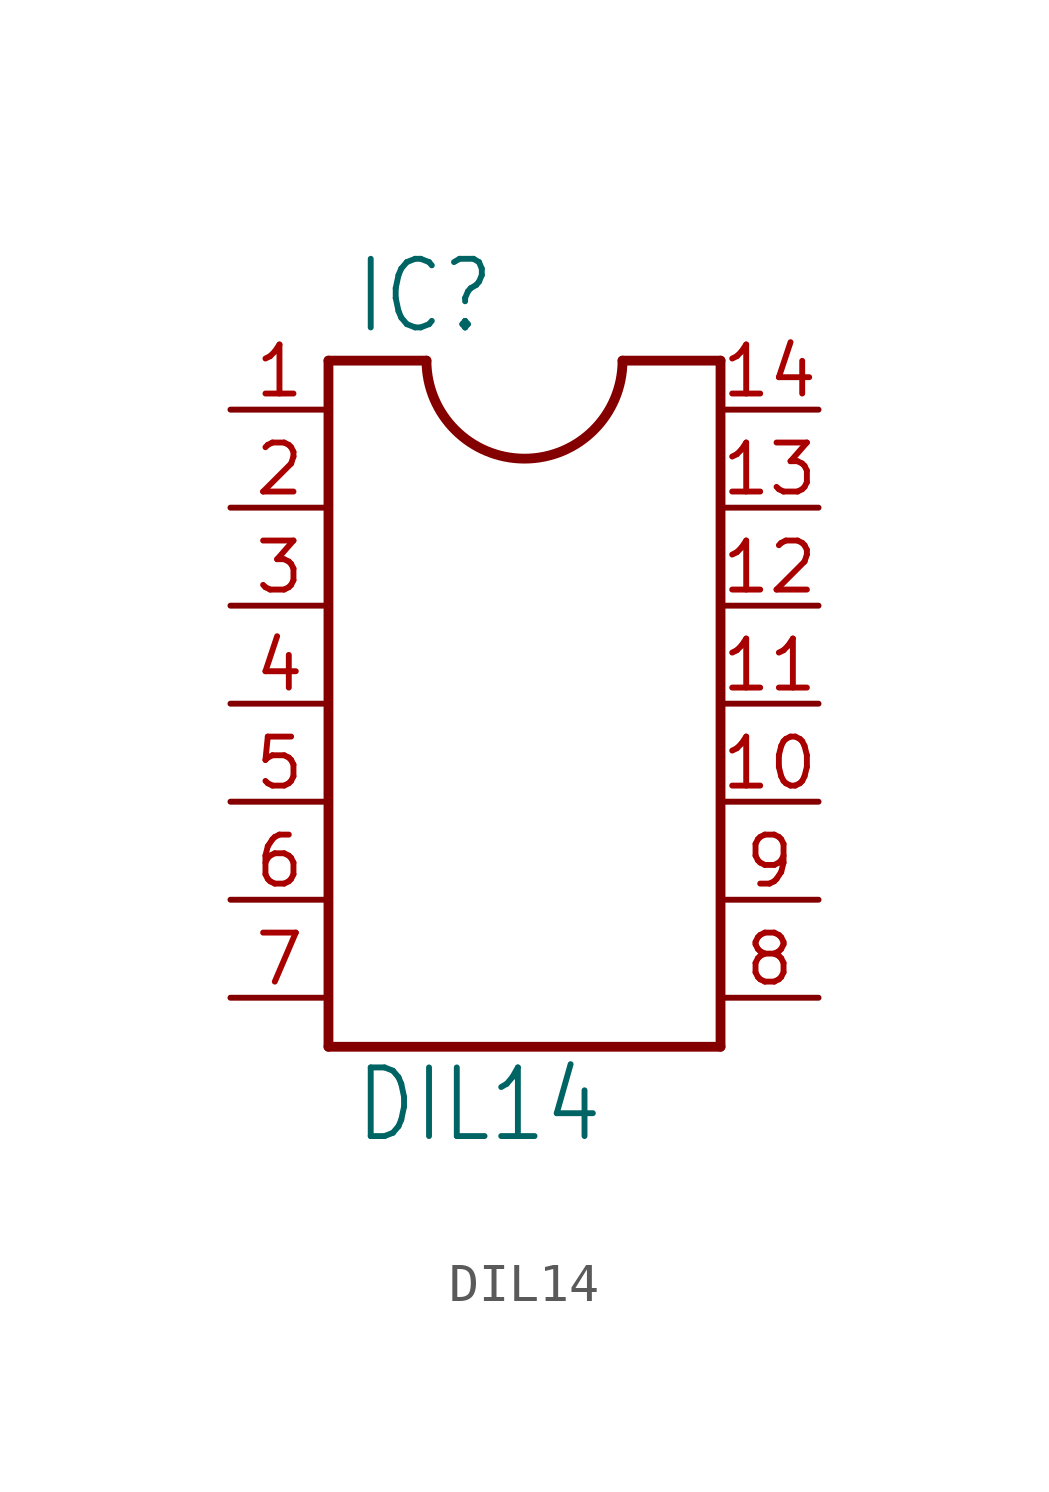
<source format=kicad_sym>
(kicad_symbol_lib
  (version 20210619)
  (generator kicad_symbol_editor)
  (symbol "DIL14"
    (property "Reference" "IC"
      (at -4.445 9.525 0)
      (effects (font (size 1.778 1.511)) (justify left bottom)))
    (property "Value" "DIL14"
      (at -4.445 -11.43 0)
      (effects (font (size 1.778 1.511)) (justify left bottom)))
    (property "ki_locked" ""
      (at 0 0 0)
      (effects (font (size 1.27 1.27))))
    (symbol "DIL14_1_0"
      (arc (start -2.54 8.89) (end 2.54 8.89) (radius (at 0 8.89) (length 2.54) (angles -179.9 -0.1)) (stroke (width 0.254)) (fill (type none)))
      (polyline (pts (xy -5.08 -8.89) (xy 5.08 -8.89)) (stroke (width 0.254)) (fill (type none)))
      (polyline (pts (xy -5.08 8.89) (xy -5.08 -8.89)) (stroke (width 0.254)) (fill (type none)))
      (polyline (pts (xy -5.08 8.89) (xy -2.54 8.89)) (stroke (width 0.254)) (fill (type none)))
      (polyline (pts (xy 5.08 -8.89) (xy 5.08 8.89)) (stroke (width 0.254)) (fill (type none)))
      (polyline (pts (xy 5.08 8.89) (xy 2.54 8.89)) (stroke (width 0.254)) (fill (type none)))
      (pin passive line (at -7.62 7.62 0) (length 2.54) (name "1" (effects (font (size 0 0)))) (number "1" (effects (font (size 1.27 1.27)))))
      (pin passive line (at 7.62 -2.54 180) (length 2.54) (name "10" (effects (font (size 0 0)))) (number "10" (effects (font (size 1.27 1.27)))))
      (pin passive line (at 7.62 0 180) (length 2.54) (name "11" (effects (font (size 0 0)))) (number "11" (effects (font (size 1.27 1.27)))))
      (pin passive line (at 7.62 2.54 180) (length 2.54) (name "12" (effects (font (size 0 0)))) (number "12" (effects (font (size 1.27 1.27)))))
      (pin passive line (at 7.62 5.08 180) (length 2.54) (name "13" (effects (font (size 0 0)))) (number "13" (effects (font (size 1.27 1.27)))))
      (pin passive line (at 7.62 7.62 180) (length 2.54) (name "14" (effects (font (size 0 0)))) (number "14" (effects (font (size 1.27 1.27)))))
      (pin passive line (at -7.62 5.08 0) (length 2.54) (name "2" (effects (font (size 0 0)))) (number "2" (effects (font (size 1.27 1.27)))))
      (pin passive line (at -7.62 2.54 0) (length 2.54) (name "3" (effects (font (size 0 0)))) (number "3" (effects (font (size 1.27 1.27)))))
      (pin passive line (at -7.62 0 0) (length 2.54) (name "4" (effects (font (size 0 0)))) (number "4" (effects (font (size 1.27 1.27)))))
      (pin passive line (at -7.62 -2.54 0) (length 2.54) (name "5" (effects (font (size 0 0)))) (number "5" (effects (font (size 1.27 1.27)))))
      (pin passive line (at -7.62 -5.08 0) (length 2.54) (name "6" (effects (font (size 0 0)))) (number "6" (effects (font (size 1.27 1.27)))))
      (pin passive line (at -7.62 -7.62 0) (length 2.54) (name "7" (effects (font (size 0 0)))) (number "7" (effects (font (size 1.27 1.27)))))
      (pin passive line (at 7.62 -7.62 180) (length 2.54) (name "8" (effects (font (size 0 0)))) (number "8" (effects (font (size 1.27 1.27)))))
      (pin passive line (at 7.62 -5.08 180) (length 2.54) (name "9" (effects (font (size 0 0)))) (number "9" (effects (font (size 1.27 1.27))))))))
</source>
